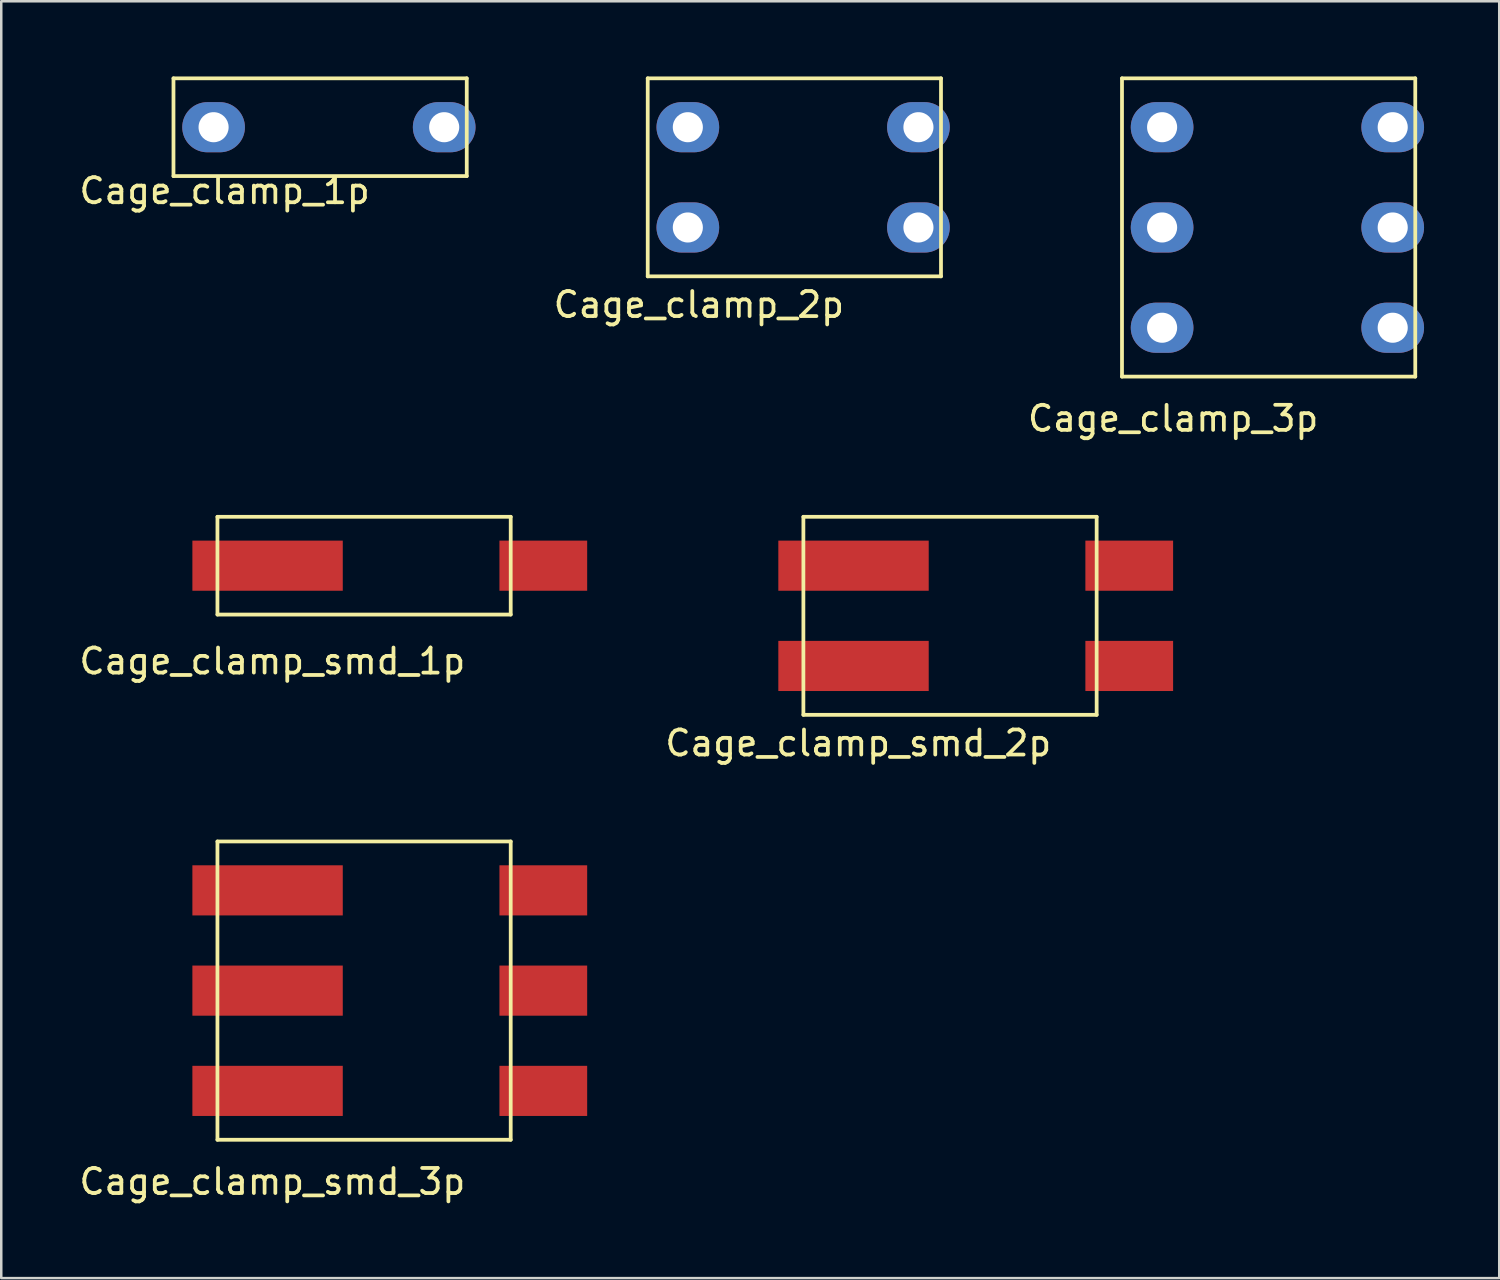
<source format=kicad_pcb>
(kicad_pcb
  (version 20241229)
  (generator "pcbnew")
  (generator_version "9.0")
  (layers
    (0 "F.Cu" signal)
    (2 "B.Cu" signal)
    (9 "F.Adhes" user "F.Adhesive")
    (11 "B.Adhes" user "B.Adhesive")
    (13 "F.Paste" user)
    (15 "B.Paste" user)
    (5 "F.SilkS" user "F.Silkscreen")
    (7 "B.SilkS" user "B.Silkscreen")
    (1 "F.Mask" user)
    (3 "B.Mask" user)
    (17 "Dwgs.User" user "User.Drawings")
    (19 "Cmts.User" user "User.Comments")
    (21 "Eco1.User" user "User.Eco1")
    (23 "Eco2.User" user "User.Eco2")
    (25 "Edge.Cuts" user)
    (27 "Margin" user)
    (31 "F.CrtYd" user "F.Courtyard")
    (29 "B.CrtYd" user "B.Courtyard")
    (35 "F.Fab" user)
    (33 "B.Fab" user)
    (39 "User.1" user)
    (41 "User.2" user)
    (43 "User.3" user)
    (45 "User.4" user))
  (footprint "Cage_clamp_smd_2p"
    (layer "F.Cu")
    (at 35.001 21.518)
    (property "Reference" "Cage_clamp_smd_2p" (at -3.81 5.08 0) (layer "F.SilkS") (effects (font (size 1 1) (thickness 0.15))))
    (attr through_hole)
    (fp_line (start -6 -3.95) (end -6 3.95) (stroke (width 0.15) (type solid)) (layer "F.SilkS"))
    (fp_line (start -6 -3.95) (end 5.7 -3.95) (stroke (width 0.15) (type solid)) (layer "F.SilkS"))
    (fp_line (start -6 3.95) (end 5.7 3.95) (stroke (width 0.15) (type solid)) (layer "F.SilkS"))
    (fp_line (start 5.7 -3.95) (end 5.7 3.95) (stroke (width 0.15) (type solid)) (layer "F.SilkS"))
    (pad "1" smd rect (at -4 -2) (size 6 2) (layers "F.Cu" "F.Mask" "F.Paste"))
    (pad "1" smd rect (at 7 -2) (size 3.5 2) (layers "F.Cu" "F.Mask" "F.Paste"))
    (pad "2" smd rect (at -4 2) (size 6 2) (layers "F.Cu" "F.Mask" "F.Paste"))
    (pad "2" smd rect (at 7 2) (size 3.5 2) (layers "F.Cu" "F.Mask" "F.Paste")))
  (footprint "Cage_clamp_2p"
    (layer "F.Cu")
    (at 28.641 4.025)
    (property "Reference" "Cage_clamp_2p" (at -3.81 5.08 0) (layer "F.SilkS") (effects (font (size 1 1) (thickness 0.15))))
    (attr through_hole)
    (fp_line (start -5.85 -3.95) (end -5.85 3.95) (stroke (width 0.15) (type solid)) (layer "F.SilkS"))
    (fp_line (start -5.85 -3.95) (end 5.85 -3.95) (stroke (width 0.15) (type solid)) (layer "F.SilkS"))
    (fp_line (start 5.85 -3.95) (end 5.85 3.95) (stroke (width 0.15) (type solid)) (layer "F.SilkS"))
    (fp_line (start 5.85 3.95) (end -5.85 3.95) (stroke (width 0.15) (type solid)) (layer "F.SilkS"))
    (pad "1" thru_hole oval (at -4.25 -2) (size 2.5 2) (drill 1.2) (layers "*.Cu" "*.Mask"))
    (pad "1" thru_hole oval (at 4.95 -2) (size 2.5 2) (drill 1.2) (layers "*.Cu" "*.Mask"))
    (pad "2" thru_hole oval (at -4.25 2) (size 2.5 2) (drill 1.2) (layers "*.Cu" "*.Mask"))
    (pad "2" thru_hole oval (at 4.95 2) (size 2.5 2) (drill 1.2) (layers "*.Cu" "*.Mask")))
  (footprint "Cage_clamp_smd_1p"
    (layer "F.Cu")
    (at 11.625 19.518)
    (property "Reference" "Cage_clamp_smd_1p" (at -3.81 3.81 0) (layer "F.SilkS") (effects (font (size 1 1) (thickness 0.15))))
    (attr through_hole)
    (fp_line (start -6 -1.95) (end -6 1.95) (stroke (width 0.15) (type solid)) (layer "F.SilkS"))
    (fp_line (start -6 -1.95) (end 5.7 -1.95) (stroke (width 0.15) (type solid)) (layer "F.SilkS"))
    (fp_line (start -6 1.95) (end 5.7 1.95) (stroke (width 0.15) (type solid)) (layer "F.SilkS"))
    (fp_line (start 5.7 -1.95) (end 5.7 1.95) (stroke (width 0.15) (type solid)) (layer "F.SilkS"))
    (pad "1" smd rect (at -4 0) (size 6 2) (layers "F.Cu" "F.Mask" "F.Paste"))
    (pad "1" smd rect (at 7 0) (size 3.5 2) (layers "F.Cu" "F.Mask" "F.Paste")))
  (footprint "Cage_clamp_3p"
    (layer "F.Cu")
    (at 47.562 6.025)
    (property "Reference" "Cage_clamp_3p" (at -3.81 7.62 0) (layer "F.SilkS") (effects (font (size 1 1) (thickness 0.15))))
    (attr through_hole)
    (fp_line (start -5.85 -5.95) (end -5.85 5.95) (stroke (width 0.15) (type solid)) (layer "F.SilkS"))
    (fp_line (start -5.85 -5.95) (end 5.85 -5.95) (stroke (width 0.15) (type solid)) (layer "F.SilkS"))
    (fp_line (start 5.85 -5.95) (end 5.85 5.95) (stroke (width 0.15) (type solid)) (layer "F.SilkS"))
    (fp_line (start 5.85 5.95) (end -5.85 5.95) (stroke (width 0.15) (type solid)) (layer "F.SilkS"))
    (pad "1" thru_hole oval (at -4.25 -4) (size 2.5 2) (drill 1.2) (layers "*.Cu" "*.Mask"))
    (pad "1" thru_hole oval (at 4.95 -4) (size 2.5 2) (drill 1.2) (layers "*.Cu" "*.Mask"))
    (pad "2" thru_hole oval (at -4.25 0) (size 2.5 2) (drill 1.2) (layers "*.Cu" "*.Mask"))
    (pad "2" thru_hole oval (at 4.95 0) (size 2.5 2) (drill 1.2) (layers "*.Cu" "*.Mask"))
    (pad "3" thru_hole oval (at -4.25 4) (size 2.5 2) (drill 1.2) (layers "*.Cu" "*.Mask"))
    (pad "3" thru_hole oval (at 4.95 4) (size 2.5 2) (drill 1.2) (layers "*.Cu" "*.Mask")))
  (footprint "Cage_clamp_smd_3p"
    (layer "F.Cu")
    (at 11.625 36.471)
    (property "Reference" "Cage_clamp_smd_3p" (at -3.81 7.62 0) (layer "F.SilkS") (effects (font (size 1 1) (thickness 0.15))))
    (attr through_hole)
    (fp_line (start -6 -5.95) (end -6 5.95) (stroke (width 0.15) (type solid)) (layer "F.SilkS"))
    (fp_line (start -6 -5.95) (end 5.7 -5.95) (stroke (width 0.15) (type solid)) (layer "F.SilkS"))
    (fp_line (start -6 5.95) (end 5.7 5.95) (stroke (width 0.15) (type solid)) (layer "F.SilkS"))
    (fp_line (start 5.7 -5.95) (end 5.7 5.95) (stroke (width 0.15) (type solid)) (layer "F.SilkS"))
    (pad "1" smd rect (at -4 -4) (size 6 2) (layers "F.Cu" "F.Mask" "F.Paste"))
    (pad "1" smd rect (at 7 -4) (size 3.5 2) (layers "F.Cu" "F.Mask" "F.Paste"))
    (pad "2" smd rect (at -4 0) (size 6 2) (layers "F.Cu" "F.Mask" "F.Paste"))
    (pad "2" smd rect (at 7 0) (size 3.5 2) (layers "F.Cu" "F.Mask" "F.Paste"))
    (pad "3" smd rect (at -4 4) (size 6 2) (layers "F.Cu" "F.Mask" "F.Paste"))
    (pad "3" smd rect (at 7 4) (size 3.5 2) (layers "F.Cu" "F.Mask" "F.Paste")))
  (footprint "Cage_clamp_1p"
    (layer "F.Cu")
    (at 9.721 2.025)
    (property "Reference" "Cage_clamp_1p" (at -3.81 2.54 0) (layer "F.SilkS") (effects (font (size 1 1) (thickness 0.15))))
    (attr through_hole)
    (fp_line (start -5.85 -1.95) (end -5.85 1.95) (stroke (width 0.15) (type solid)) (layer "F.SilkS"))
    (fp_line (start -5.85 -1.95) (end 5.85 -1.95) (stroke (width 0.15) (type solid)) (layer "F.SilkS"))
    (fp_line (start 5.85 -1.95) (end 5.85 1.95) (stroke (width 0.15) (type solid)) (layer "F.SilkS"))
    (fp_line (start 5.85 1.95) (end -5.85 1.95) (stroke (width 0.15) (type solid)) (layer "F.SilkS"))
    (pad "1" thru_hole oval (at -4.25 0) (size 2.5 2) (drill 1.2) (layers "*.Cu" "*.Mask"))
    (pad "1" thru_hole oval (at 4.95 0) (size 2.5 2) (drill 1.2) (layers "*.Cu" "*.Mask")))
  (gr_rect
    (start -3 -3)
    (end 56.762 47.94)
    (stroke (width 0.1) (type default))
    (fill no)
    (layer "Edge.Cuts")))
</source>
